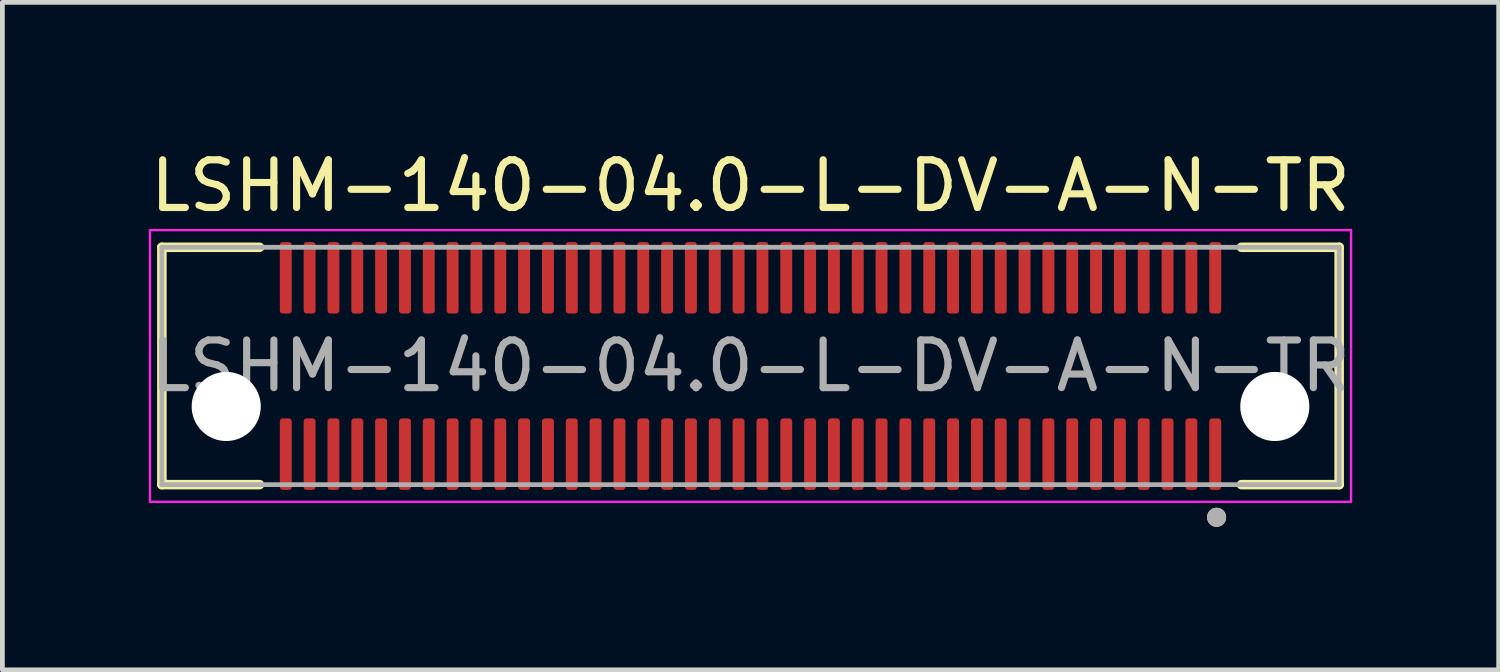
<source format=kicad_pcb>
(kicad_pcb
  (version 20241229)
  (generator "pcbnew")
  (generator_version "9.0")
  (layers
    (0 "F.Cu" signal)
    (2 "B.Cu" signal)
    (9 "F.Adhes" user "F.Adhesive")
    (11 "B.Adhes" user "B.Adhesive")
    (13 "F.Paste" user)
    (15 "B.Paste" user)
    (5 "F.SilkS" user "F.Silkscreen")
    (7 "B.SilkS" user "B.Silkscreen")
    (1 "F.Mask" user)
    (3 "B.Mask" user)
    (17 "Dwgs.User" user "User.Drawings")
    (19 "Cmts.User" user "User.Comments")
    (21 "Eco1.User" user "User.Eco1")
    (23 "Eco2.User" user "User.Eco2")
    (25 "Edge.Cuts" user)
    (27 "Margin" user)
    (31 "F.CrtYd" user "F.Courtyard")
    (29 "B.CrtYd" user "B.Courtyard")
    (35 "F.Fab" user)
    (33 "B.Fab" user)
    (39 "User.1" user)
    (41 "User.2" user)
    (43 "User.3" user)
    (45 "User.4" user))
  (footprint "LSHM-140-04.0-L-DV-A-N-TR"
    (layer "F.Cu")
    (at 12.696 4.628)
    (property "Reference" "LSHM-140-04.0-L-DV-A-N-TR" (at 0 -3.78 0) (unlocked yes) (layer "F.SilkS") (effects (font (size 1 1) (thickness 0.15))))
    (attr smd)
    (fp_line (start -12.35 -2.49) (end -12.35 2.49) (stroke (width 0.2) (type solid)) (layer "F.SilkS"))
    (fp_line (start -12.35 2.49) (end -10.3 2.49) (stroke (width 0.2) (type solid)) (layer "F.SilkS"))
    (fp_line (start -10.3 -2.49) (end -12.35 -2.49) (stroke (width 0.2) (type solid)) (layer "F.SilkS"))
    (fp_line (start 10.3 -2.49) (end 12.35 -2.49) (stroke (width 0.2) (type solid)) (layer "F.SilkS"))
    (fp_line (start 12.35 -2.49) (end 12.35 2.49) (stroke (width 0.2) (type solid)) (layer "F.SilkS"))
    (fp_line (start 12.35 2.49) (end 10.3 2.49) (stroke (width 0.2) (type solid)) (layer "F.SilkS"))
    (fp_circle (center 9.779 3.175) (end 9.879 3.175) (stroke (width 0.2) (type solid)) (fill no) (layer "F.SilkS"))
    (fp_line (start -12.6 -2.85) (end -12.6 2.85) (stroke (width 0.05) (type solid)) (layer "F.CrtYd"))
    (fp_line (start -12.6 2.85) (end 12.6 2.85) (stroke (width 0.05) (type solid)) (layer "F.CrtYd"))
    (fp_line (start 12.6 -2.85) (end -12.6 -2.85) (stroke (width 0.05) (type solid)) (layer "F.CrtYd"))
    (fp_line (start 12.6 2.85) (end 12.6 -2.85) (stroke (width 0.05) (type solid)) (layer "F.CrtYd"))
    (fp_line (start -12.35 -2.49) (end -12.35 2.49) (stroke (width 0.1) (type solid)) (layer "F.Fab"))
    (fp_line (start -12.35 2.49) (end 12.35 2.49) (stroke (width 0.1) (type solid)) (layer "F.Fab"))
    (fp_line (start 12.35 -2.49) (end -12.35 -2.49) (stroke (width 0.1) (type solid)) (layer "F.Fab"))
    (fp_line (start 12.35 2.49) (end 12.35 -2.49) (stroke (width 0.1) (type solid)) (layer "F.Fab"))
    (fp_circle (center 9.779 3.175) (end 9.879 3.175) (stroke (width 0.2) (type solid)) (fill no) (layer "F.Fab"))
    (fp_text user "${REFERENCE}" (at 0 0 0) (unlocked yes) (layer "F.Fab") (effects (font (size 1 1) (thickness 0.15))))
    (pad "" np_thru_hole circle (at -11 0.85) (size 1.45 1.45) (drill 1.45) (layers "*.Cu" "*.Mask"))
    (pad "" np_thru_hole circle (at 11 0.85) (size 1.45 1.45) (drill 1.45) (layers "*.Cu" "*.Mask"))
    (pad "1" smd roundrect (at 9.75 1.85) (size 0.25 1.5) (layers "F.Cu" "F.Mask" "F.Paste") (roundrect_rratio 0.25))
    (pad "2" smd roundrect (at 9.75 -1.85) (size 0.25 1.5) (layers "F.Cu" "F.Mask" "F.Paste") (roundrect_rratio 0.25))
    (pad "3" smd roundrect (at 9.25 1.85) (size 0.25 1.5) (layers "F.Cu" "F.Mask" "F.Paste") (roundrect_rratio 0.25))
    (pad "4" smd roundrect (at 9.25 -1.85) (size 0.25 1.5) (layers "F.Cu" "F.Mask" "F.Paste") (roundrect_rratio 0.25))
    (pad "5" smd roundrect (at 8.75 1.85) (size 0.25 1.5) (layers "F.Cu" "F.Mask" "F.Paste") (roundrect_rratio 0.25))
    (pad "6" smd roundrect (at 8.75 -1.85) (size 0.25 1.5) (layers "F.Cu" "F.Mask" "F.Paste") (roundrect_rratio 0.25))
    (pad "7" smd roundrect (at 8.25 1.85) (size 0.25 1.5) (layers "F.Cu" "F.Mask" "F.Paste") (roundrect_rratio 0.25))
    (pad "8" smd roundrect (at 8.25 -1.85) (size 0.25 1.5) (layers "F.Cu" "F.Mask" "F.Paste") (roundrect_rratio 0.25))
    (pad "9" smd roundrect (at 7.75 1.85) (size 0.25 1.5) (layers "F.Cu" "F.Mask" "F.Paste") (roundrect_rratio 0.25))
    (pad "10" smd roundrect (at 7.75 -1.85) (size 0.25 1.5) (layers "F.Cu" "F.Mask" "F.Paste") (roundrect_rratio 0.25))
    (pad "11" smd roundrect (at 7.25 1.85) (size 0.25 1.5) (layers "F.Cu" "F.Mask" "F.Paste") (roundrect_rratio 0.25))
    (pad "12" smd roundrect (at 7.25 -1.85) (size 0.25 1.5) (layers "F.Cu" "F.Mask" "F.Paste") (roundrect_rratio 0.25))
    (pad "13" smd roundrect (at 6.75 1.85) (size 0.25 1.5) (layers "F.Cu" "F.Mask" "F.Paste") (roundrect_rratio 0.25))
    (pad "14" smd roundrect (at 6.75 -1.85) (size 0.25 1.5) (layers "F.Cu" "F.Mask" "F.Paste") (roundrect_rratio 0.25))
    (pad "15" smd roundrect (at 6.25 1.85) (size 0.25 1.5) (layers "F.Cu" "F.Mask" "F.Paste") (roundrect_rratio 0.25))
    (pad "16" smd roundrect (at 6.25 -1.85) (size 0.25 1.5) (layers "F.Cu" "F.Mask" "F.Paste") (roundrect_rratio 0.25))
    (pad "17" smd roundrect (at 5.75 1.85) (size 0.25 1.5) (layers "F.Cu" "F.Mask" "F.Paste") (roundrect_rratio 0.25))
    (pad "18" smd roundrect (at 5.75 -1.85) (size 0.25 1.5) (layers "F.Cu" "F.Mask" "F.Paste") (roundrect_rratio 0.25))
    (pad "19" smd roundrect (at 5.25 1.85) (size 0.25 1.5) (layers "F.Cu" "F.Mask" "F.Paste") (roundrect_rratio 0.25))
    (pad "20" smd roundrect (at 5.25 -1.85) (size 0.25 1.5) (layers "F.Cu" "F.Mask" "F.Paste") (roundrect_rratio 0.25))
    (pad "21" smd roundrect (at 4.75 1.85) (size 0.25 1.5) (layers "F.Cu" "F.Mask" "F.Paste") (roundrect_rratio 0.25))
    (pad "22" smd roundrect (at 4.75 -1.85) (size 0.25 1.5) (layers "F.Cu" "F.Mask" "F.Paste") (roundrect_rratio 0.25))
    (pad "23" smd roundrect (at 4.25 1.85) (size 0.25 1.5) (layers "F.Cu" "F.Mask" "F.Paste") (roundrect_rratio 0.25))
    (pad "24" smd roundrect (at 4.25 -1.85) (size 0.25 1.5) (layers "F.Cu" "F.Mask" "F.Paste") (roundrect_rratio 0.25))
    (pad "25" smd roundrect (at 3.75 1.85) (size 0.25 1.5) (layers "F.Cu" "F.Mask" "F.Paste") (roundrect_rratio 0.25))
    (pad "26" smd roundrect (at 3.75 -1.85) (size 0.25 1.5) (layers "F.Cu" "F.Mask" "F.Paste") (roundrect_rratio 0.25))
    (pad "27" smd roundrect (at 3.25 1.85) (size 0.25 1.5) (layers "F.Cu" "F.Mask" "F.Paste") (roundrect_rratio 0.25))
    (pad "28" smd roundrect (at 3.25 -1.85) (size 0.25 1.5) (layers "F.Cu" "F.Mask" "F.Paste") (roundrect_rratio 0.25))
    (pad "29" smd roundrect (at 2.75 1.85) (size 0.25 1.5) (layers "F.Cu" "F.Mask" "F.Paste") (roundrect_rratio 0.25))
    (pad "30" smd roundrect (at 2.75 -1.85) (size 0.25 1.5) (layers "F.Cu" "F.Mask" "F.Paste") (roundrect_rratio 0.25))
    (pad "31" smd roundrect (at 2.25 1.85) (size 0.25 1.5) (layers "F.Cu" "F.Mask" "F.Paste") (roundrect_rratio 0.25))
    (pad "32" smd roundrect (at 2.25 -1.85) (size 0.25 1.5) (layers "F.Cu" "F.Mask" "F.Paste") (roundrect_rratio 0.25))
    (pad "33" smd roundrect (at 1.75 1.85) (size 0.25 1.5) (layers "F.Cu" "F.Mask" "F.Paste") (roundrect_rratio 0.25))
    (pad "34" smd roundrect (at 1.75 -1.85) (size 0.25 1.5) (layers "F.Cu" "F.Mask" "F.Paste") (roundrect_rratio 0.25))
    (pad "35" smd roundrect (at 1.25 1.85) (size 0.25 1.5) (layers "F.Cu" "F.Mask" "F.Paste") (roundrect_rratio 0.25))
    (pad "36" smd roundrect (at 1.25 -1.85) (size 0.25 1.5) (layers "F.Cu" "F.Mask" "F.Paste") (roundrect_rratio 0.25))
    (pad "37" smd roundrect (at 0.75 1.85) (size 0.25 1.5) (layers "F.Cu" "F.Mask" "F.Paste") (roundrect_rratio 0.25))
    (pad "38" smd roundrect (at 0.75 -1.85) (size 0.25 1.5) (layers "F.Cu" "F.Mask" "F.Paste") (roundrect_rratio 0.25))
    (pad "39" smd roundrect (at 0.25 1.85) (size 0.25 1.5) (layers "F.Cu" "F.Mask" "F.Paste") (roundrect_rratio 0.25))
    (pad "40" smd roundrect (at 0.25 -1.85) (size 0.25 1.5) (layers "F.Cu" "F.Mask" "F.Paste") (roundrect_rratio 0.25))
    (pad "41" smd roundrect (at -0.25 1.85) (size 0.25 1.5) (layers "F.Cu" "F.Mask" "F.Paste") (roundrect_rratio 0.25))
    (pad "42" smd roundrect (at -0.25 -1.85) (size 0.25 1.5) (layers "F.Cu" "F.Mask" "F.Paste") (roundrect_rratio 0.25))
    (pad "43" smd roundrect (at -0.75 1.85) (size 0.25 1.5) (layers "F.Cu" "F.Mask" "F.Paste") (roundrect_rratio 0.25))
    (pad "44" smd roundrect (at -0.75 -1.85) (size 0.25 1.5) (layers "F.Cu" "F.Mask" "F.Paste") (roundrect_rratio 0.25))
    (pad "45" smd roundrect (at -1.25 1.85) (size 0.25 1.5) (layers "F.Cu" "F.Mask" "F.Paste") (roundrect_rratio 0.25))
    (pad "46" smd roundrect (at -1.25 -1.85) (size 0.25 1.5) (layers "F.Cu" "F.Mask" "F.Paste") (roundrect_rratio 0.25))
    (pad "47" smd roundrect (at -1.75 1.85) (size 0.25 1.5) (layers "F.Cu" "F.Mask" "F.Paste") (roundrect_rratio 0.25))
    (pad "48" smd roundrect (at -1.75 -1.85) (size 0.25 1.5) (layers "F.Cu" "F.Mask" "F.Paste") (roundrect_rratio 0.25))
    (pad "49" smd roundrect (at -2.25 1.85) (size 0.25 1.5) (layers "F.Cu" "F.Mask" "F.Paste") (roundrect_rratio 0.25))
    (pad "50" smd roundrect (at -2.25 -1.85) (size 0.25 1.5) (layers "F.Cu" "F.Mask" "F.Paste") (roundrect_rratio 0.25))
    (pad "51" smd roundrect (at -2.75 1.85) (size 0.25 1.5) (layers "F.Cu" "F.Mask" "F.Paste") (roundrect_rratio 0.25))
    (pad "52" smd roundrect (at -2.75 -1.85) (size 0.25 1.5) (layers "F.Cu" "F.Mask" "F.Paste") (roundrect_rratio 0.25))
    (pad "53" smd roundrect (at -3.25 1.85) (size 0.25 1.5) (layers "F.Cu" "F.Mask" "F.Paste") (roundrect_rratio 0.25))
    (pad "54" smd roundrect (at -3.25 -1.85) (size 0.25 1.5) (layers "F.Cu" "F.Mask" "F.Paste") (roundrect_rratio 0.25))
    (pad "55" smd roundrect (at -3.75 1.85) (size 0.25 1.5) (layers "F.Cu" "F.Mask" "F.Paste") (roundrect_rratio 0.25))
    (pad "56" smd roundrect (at -3.75 -1.85) (size 0.25 1.5) (layers "F.Cu" "F.Mask" "F.Paste") (roundrect_rratio 0.25))
    (pad "57" smd roundrect (at -4.25 1.85) (size 0.25 1.5) (layers "F.Cu" "F.Mask" "F.Paste") (roundrect_rratio 0.25))
    (pad "58" smd roundrect (at -4.25 -1.85) (size 0.25 1.5) (layers "F.Cu" "F.Mask" "F.Paste") (roundrect_rratio 0.25))
    (pad "59" smd roundrect (at -4.75 1.85) (size 0.25 1.5) (layers "F.Cu" "F.Mask" "F.Paste") (roundrect_rratio 0.25))
    (pad "60" smd roundrect (at -4.75 -1.85) (size 0.25 1.5) (layers "F.Cu" "F.Mask" "F.Paste") (roundrect_rratio 0.25))
    (pad "61" smd roundrect (at -5.25 1.85) (size 0.25 1.5) (layers "F.Cu" "F.Mask" "F.Paste") (roundrect_rratio 0.25))
    (pad "62" smd roundrect (at -5.25 -1.85) (size 0.25 1.5) (layers "F.Cu" "F.Mask" "F.Paste") (roundrect_rratio 0.25))
    (pad "63" smd roundrect (at -5.75 1.85) (size 0.25 1.5) (layers "F.Cu" "F.Mask" "F.Paste") (roundrect_rratio 0.25))
    (pad "64" smd roundrect (at -5.75 -1.85) (size 0.25 1.5) (layers "F.Cu" "F.Mask" "F.Paste") (roundrect_rratio 0.25))
    (pad "65" smd roundrect (at -6.25 1.85) (size 0.25 1.5) (layers "F.Cu" "F.Mask" "F.Paste") (roundrect_rratio 0.25))
    (pad "66" smd roundrect (at -6.25 -1.85) (size 0.25 1.5) (layers "F.Cu" "F.Mask" "F.Paste") (roundrect_rratio 0.25))
    (pad "67" smd roundrect (at -6.75 1.85) (size 0.25 1.5) (layers "F.Cu" "F.Mask" "F.Paste") (roundrect_rratio 0.25))
    (pad "68" smd roundrect (at -6.75 -1.85) (size 0.25 1.5) (layers "F.Cu" "F.Mask" "F.Paste") (roundrect_rratio 0.25))
    (pad "69" smd roundrect (at -7.25 1.85) (size 0.25 1.5) (layers "F.Cu" "F.Mask" "F.Paste") (roundrect_rratio 0.25))
    (pad "70" smd roundrect (at -7.25 -1.85) (size 0.25 1.5) (layers "F.Cu" "F.Mask" "F.Paste") (roundrect_rratio 0.25))
    (pad "71" smd roundrect (at -7.75 1.85) (size 0.25 1.5) (layers "F.Cu" "F.Mask" "F.Paste") (roundrect_rratio 0.25))
    (pad "72" smd roundrect (at -7.75 -1.85) (size 0.25 1.5) (layers "F.Cu" "F.Mask" "F.Paste") (roundrect_rratio 0.25))
    (pad "73" smd roundrect (at -8.25 1.85) (size 0.25 1.5) (layers "F.Cu" "F.Mask" "F.Paste") (roundrect_rratio 0.25))
    (pad "74" smd roundrect (at -8.25 -1.85) (size 0.25 1.5) (layers "F.Cu" "F.Mask" "F.Paste") (roundrect_rratio 0.25))
    (pad "75" smd roundrect (at -8.75 1.85) (size 0.25 1.5) (layers "F.Cu" "F.Mask" "F.Paste") (roundrect_rratio 0.25))
    (pad "76" smd roundrect (at -8.75 -1.85) (size 0.25 1.5) (layers "F.Cu" "F.Mask" "F.Paste") (roundrect_rratio 0.25))
    (pad "77" smd roundrect (at -9.25 1.85) (size 0.25 1.5) (layers "F.Cu" "F.Mask" "F.Paste") (roundrect_rratio 0.25))
    (pad "78" smd roundrect (at -9.25 -1.85) (size 0.25 1.5) (layers "F.Cu" "F.Mask" "F.Paste") (roundrect_rratio 0.25))
    (pad "79" smd roundrect (at -9.75 1.85) (size 0.25 1.5) (layers "F.Cu" "F.Mask" "F.Paste") (roundrect_rratio 0.25))
    (pad "80" smd roundrect (at -9.75 -1.85) (size 0.25 1.5) (layers "F.Cu" "F.Mask" "F.Paste") (roundrect_rratio 0.25)))
  (gr_rect
    (start -3 -3)
    (end 28.393 11.003)
    (stroke (width 0.1) (type default))
    (fill no)
    (layer "Edge.Cuts")))
</source>
